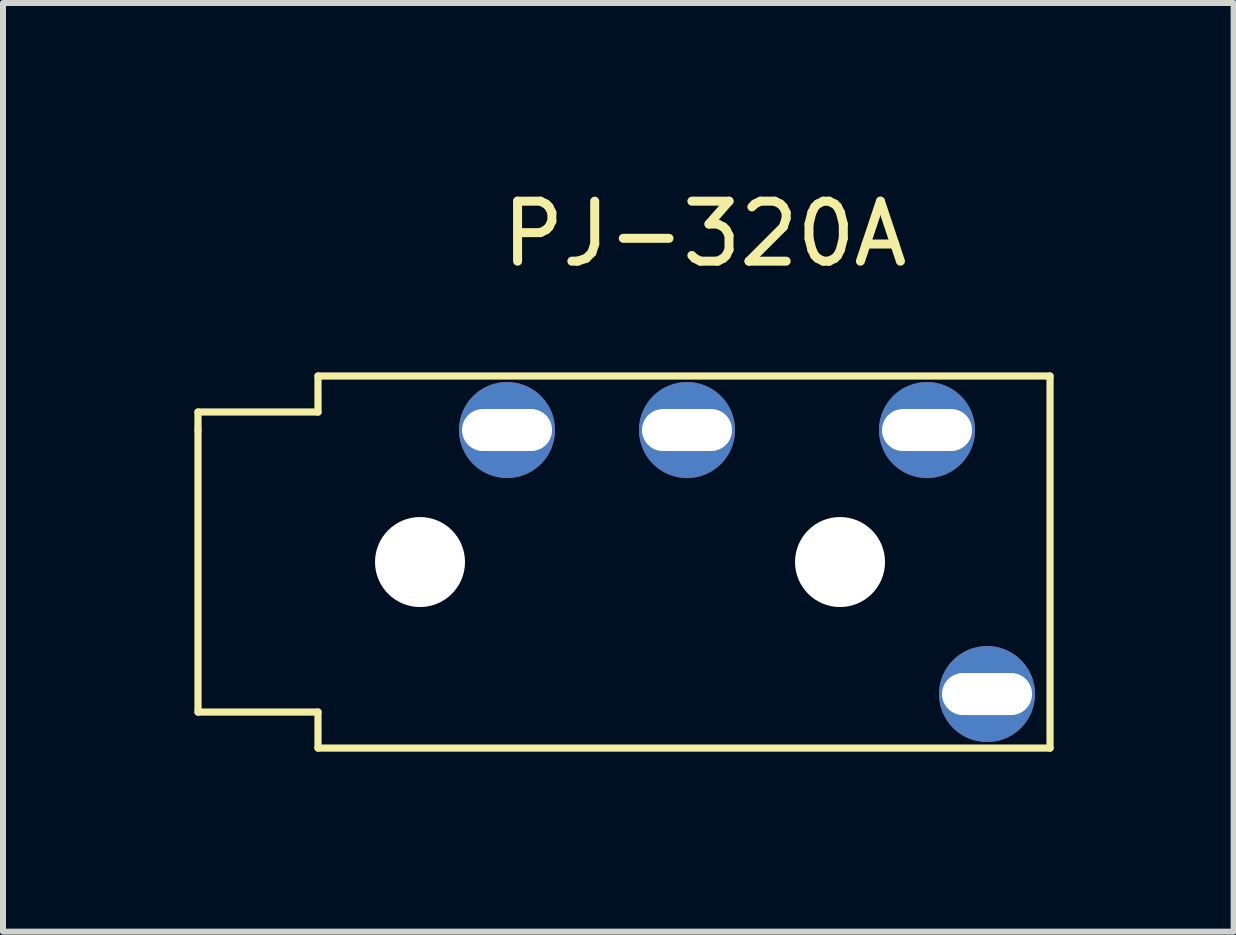
<source format=kicad_pcb>
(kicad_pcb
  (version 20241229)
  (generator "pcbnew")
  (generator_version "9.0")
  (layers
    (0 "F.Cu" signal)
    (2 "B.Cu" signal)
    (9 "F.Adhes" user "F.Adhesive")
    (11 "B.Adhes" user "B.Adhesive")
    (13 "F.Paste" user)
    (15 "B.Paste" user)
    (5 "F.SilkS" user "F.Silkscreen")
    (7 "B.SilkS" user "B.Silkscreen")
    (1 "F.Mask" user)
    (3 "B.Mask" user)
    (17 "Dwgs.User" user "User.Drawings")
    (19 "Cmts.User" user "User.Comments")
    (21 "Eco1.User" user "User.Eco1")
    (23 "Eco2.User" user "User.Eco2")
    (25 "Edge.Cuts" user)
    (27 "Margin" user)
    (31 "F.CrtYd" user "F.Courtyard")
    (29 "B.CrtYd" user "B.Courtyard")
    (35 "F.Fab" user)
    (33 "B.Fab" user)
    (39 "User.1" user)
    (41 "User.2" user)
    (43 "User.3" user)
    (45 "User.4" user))
  (footprint "PJ-320A"
    (layer "F.Cu")
    (at 0.25 4.117)
    (property "Reference" "PJ-320A" (at 8.445 -3.269 0) (layer "F.SilkS") (effects (font (size 1 1) (thickness 0.15))))
    (attr through_hole)
    (fp_line (start 0 -0.3) (end 2 -0.3) (stroke (width 0.12) (type solid)) (layer "F.SilkS"))
    (fp_line (start 0 0) (end 0 -0.3) (stroke (width 0.12) (type solid)) (layer "F.SilkS"))
    (fp_line (start 0 0) (end 0 4.7) (stroke (width 0.12) (type solid)) (layer "F.SilkS"))
    (fp_line (start 0 4.7) (end 2 4.7) (stroke (width 0.12) (type solid)) (layer "F.SilkS"))
    (fp_line (start 2 -0.9) (end 14.2 -0.9) (stroke (width 0.12) (type solid)) (layer "F.SilkS"))
    (fp_line (start 2 -0.3) (end 2 -0.9) (stroke (width 0.12) (type solid)) (layer "F.SilkS"))
    (fp_line (start 2 4.7) (end 2 5.3) (stroke (width 0.12) (type solid)) (layer "F.SilkS"))
    (fp_line (start 2 5.3) (end 14.2 5.3) (stroke (width 0.12) (type solid)) (layer "F.SilkS"))
    (fp_line (start 14.2 -0.9) (end 14.2 5.3) (stroke (width 0.12) (type solid)) (layer "F.SilkS"))
    (pad "" np_thru_hole circle (at 3.7 2.2) (size 1.5 1.5) (drill 1.5) (layers "*.Cu" "*.Mask"))
    (pad "" np_thru_hole circle (at 10.7 2.2) (size 1.5 1.5) (drill 1.5) (layers "*.Cu" "*.Mask"))
    (pad "1" thru_hole circle (at 13.15 4.4) (size 1.6 1.6) (drill oval 1.5 0.7) (layers "*.Cu" "*.Mask"))
    (pad "2" thru_hole circle (at 12.15 0) (size 1.6 1.6) (drill oval 1.5 0.7) (layers "*.Cu" "*.Mask"))
    (pad "3" thru_hole circle (at 8.15 0) (size 1.6 1.6) (drill oval 1.5 0.7) (layers "*.Cu" "*.Mask"))
    (pad "4" thru_hole circle (at 5.15 0) (size 1.6 1.6) (drill oval 1.5 0.7) (layers "*.Cu" "*.Mask")))
  (gr_rect
    (start -3 -3)
    (end 17.51 12.477)
    (stroke (width 0.1) (type default))
    (fill no)
    (layer "Edge.Cuts")))
</source>
